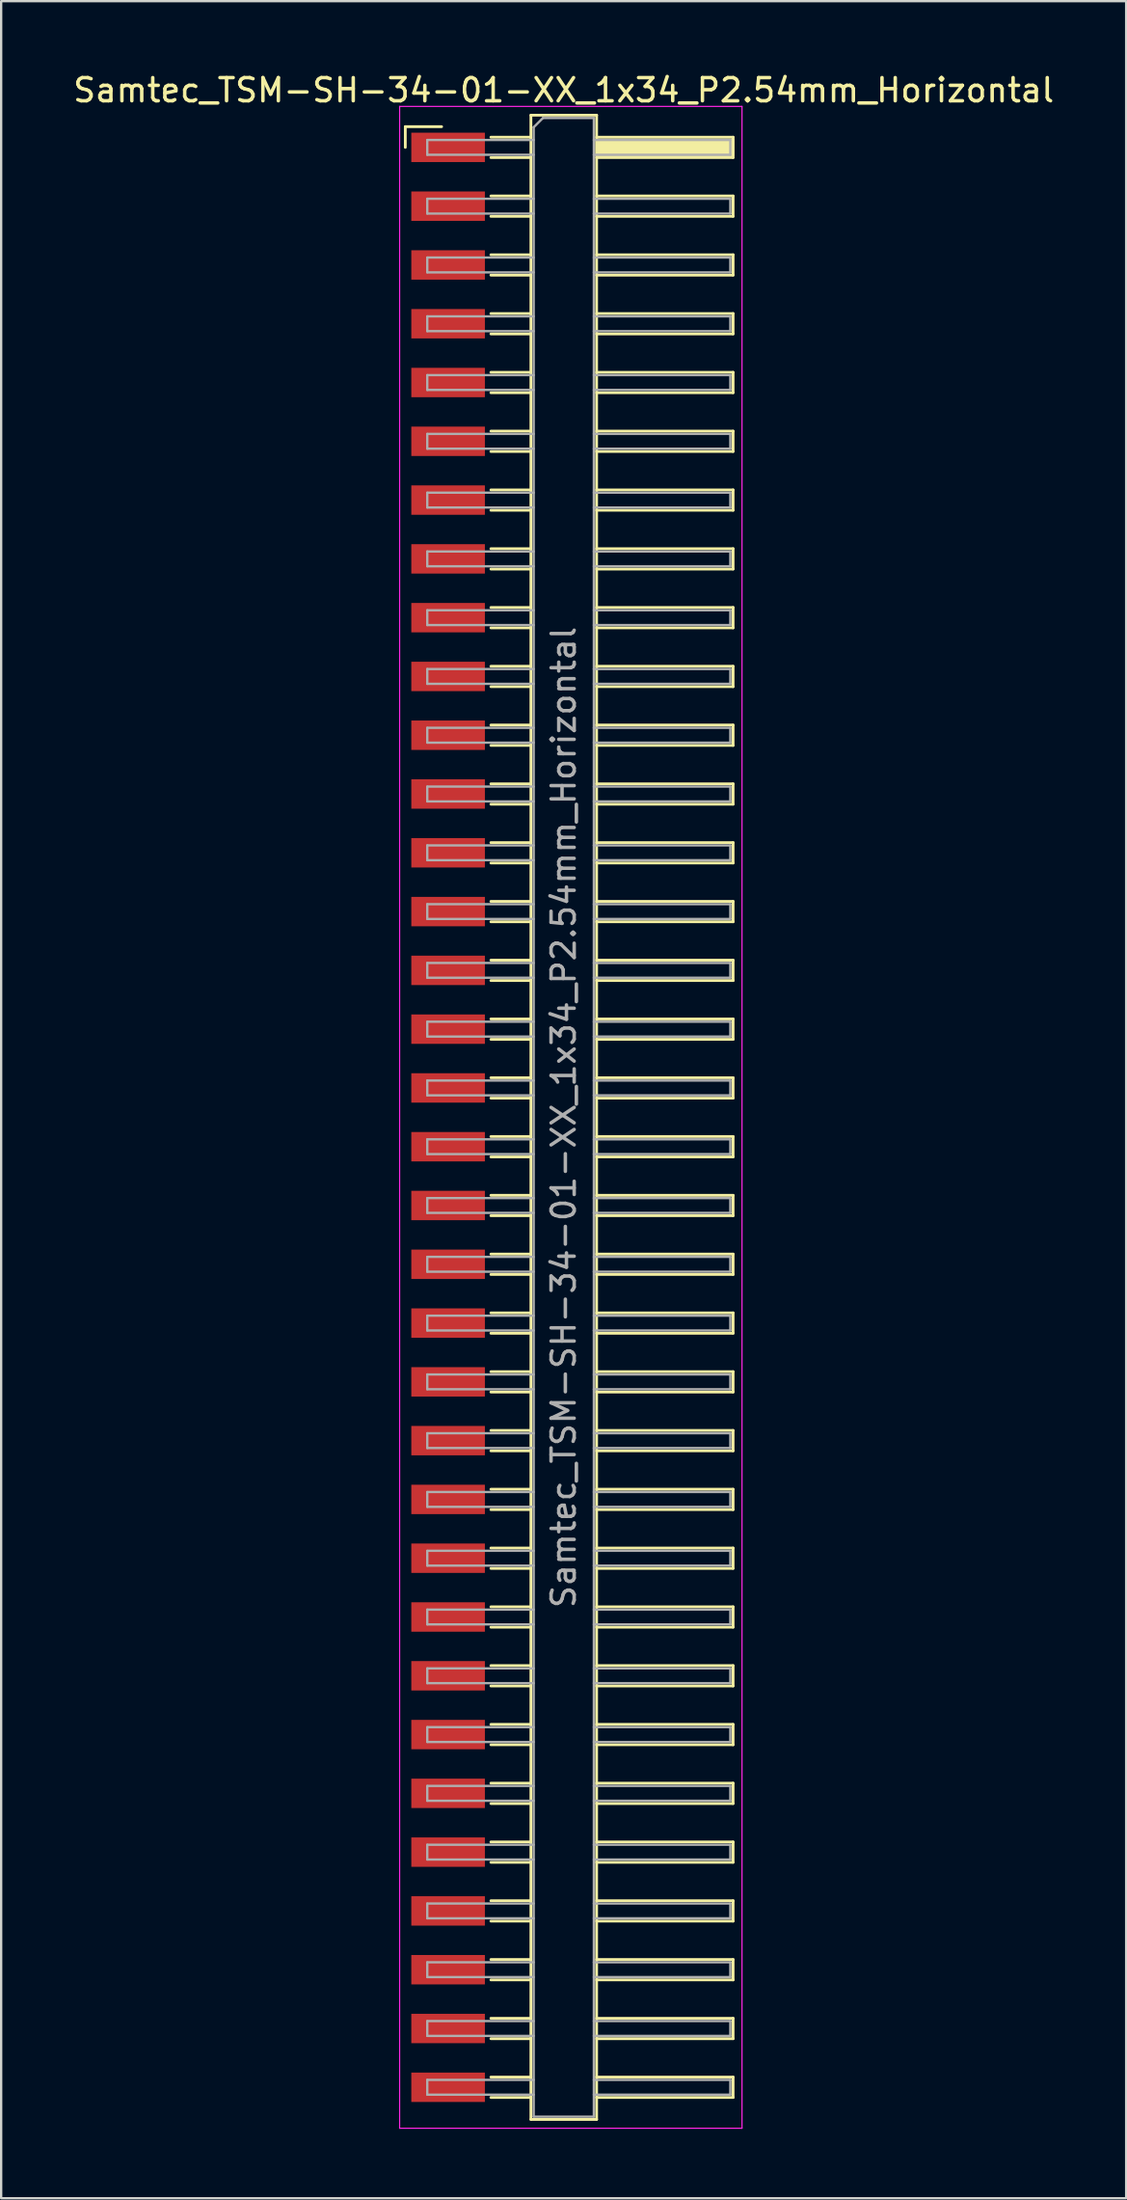
<source format=kicad_pcb>
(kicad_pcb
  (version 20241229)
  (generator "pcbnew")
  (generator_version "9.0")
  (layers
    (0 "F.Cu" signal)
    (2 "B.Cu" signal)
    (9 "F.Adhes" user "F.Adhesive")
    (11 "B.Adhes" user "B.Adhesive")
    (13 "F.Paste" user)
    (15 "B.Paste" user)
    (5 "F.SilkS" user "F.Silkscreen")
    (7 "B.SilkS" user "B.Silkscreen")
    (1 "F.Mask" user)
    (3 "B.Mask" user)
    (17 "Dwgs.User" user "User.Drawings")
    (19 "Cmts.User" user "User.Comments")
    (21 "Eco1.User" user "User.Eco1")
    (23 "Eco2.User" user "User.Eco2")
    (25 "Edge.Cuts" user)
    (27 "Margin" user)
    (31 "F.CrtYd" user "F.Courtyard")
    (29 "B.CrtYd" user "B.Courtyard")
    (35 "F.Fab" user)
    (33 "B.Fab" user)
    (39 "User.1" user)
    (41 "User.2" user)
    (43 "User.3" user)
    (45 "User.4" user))
  (footprint "Samtec_TSM-SH-34-01-XX_1x34_P2.54mm_Horizontal"
    (layer "F.Cu")
    (at 21.505 45.228)
    (property "Reference" "Samtec_TSM-SH-34-01-XX_1x34_P2.54mm_Horizontal" (at -0.19 -44.38 0) (layer "F.SilkS") (effects (font (size 1 1) (thickness 0.15))))
    (attr smd)
    (fp_line (start -7.035 -42.805) (end -5.465 -42.805) (stroke (width 0.12) (type solid)) (layer "F.SilkS"))
    (fp_line (start -7.035 -41.91) (end -7.035 -42.805) (stroke (width 0.12) (type solid)) (layer "F.SilkS"))
    (fp_line (start -3.335 -42.35) (end -1.605 -42.35) (stroke (width 0.12) (type solid)) (layer "F.SilkS"))
    (fp_line (start -3.335 -41.47) (end -1.605 -41.47) (stroke (width 0.12) (type solid)) (layer "F.SilkS"))
    (fp_line (start -3.335 -39.81) (end -1.605 -39.81) (stroke (width 0.12) (type solid)) (layer "F.SilkS"))
    (fp_line (start -3.335 -38.93) (end -1.605 -38.93) (stroke (width 0.12) (type solid)) (layer "F.SilkS"))
    (fp_line (start -3.335 -37.27) (end -1.605 -37.27) (stroke (width 0.12) (type solid)) (layer "F.SilkS"))
    (fp_line (start -3.335 -36.39) (end -1.605 -36.39) (stroke (width 0.12) (type solid)) (layer "F.SilkS"))
    (fp_line (start -3.335 -34.73) (end -1.605 -34.73) (stroke (width 0.12) (type solid)) (layer "F.SilkS"))
    (fp_line (start -3.335 -33.85) (end -1.605 -33.85) (stroke (width 0.12) (type solid)) (layer "F.SilkS"))
    (fp_line (start -3.335 -32.19) (end -1.605 -32.19) (stroke (width 0.12) (type solid)) (layer "F.SilkS"))
    (fp_line (start -3.335 -31.31) (end -1.605 -31.31) (stroke (width 0.12) (type solid)) (layer "F.SilkS"))
    (fp_line (start -3.335 -29.65) (end -1.605 -29.65) (stroke (width 0.12) (type solid)) (layer "F.SilkS"))
    (fp_line (start -3.335 -28.77) (end -1.605 -28.77) (stroke (width 0.12) (type solid)) (layer "F.SilkS"))
    (fp_line (start -3.335 -27.11) (end -1.605 -27.11) (stroke (width 0.12) (type solid)) (layer "F.SilkS"))
    (fp_line (start -3.335 -26.23) (end -1.605 -26.23) (stroke (width 0.12) (type solid)) (layer "F.SilkS"))
    (fp_line (start -3.335 -24.57) (end -1.605 -24.57) (stroke (width 0.12) (type solid)) (layer "F.SilkS"))
    (fp_line (start -3.335 -23.69) (end -1.605 -23.69) (stroke (width 0.12) (type solid)) (layer "F.SilkS"))
    (fp_line (start -3.335 -22.03) (end -1.605 -22.03) (stroke (width 0.12) (type solid)) (layer "F.SilkS"))
    (fp_line (start -3.335 -21.15) (end -1.605 -21.15) (stroke (width 0.12) (type solid)) (layer "F.SilkS"))
    (fp_line (start -3.335 -19.49) (end -1.605 -19.49) (stroke (width 0.12) (type solid)) (layer "F.SilkS"))
    (fp_line (start -3.335 -18.61) (end -1.605 -18.61) (stroke (width 0.12) (type solid)) (layer "F.SilkS"))
    (fp_line (start -3.335 -16.95) (end -1.605 -16.95) (stroke (width 0.12) (type solid)) (layer "F.SilkS"))
    (fp_line (start -3.335 -16.07) (end -1.605 -16.07) (stroke (width 0.12) (type solid)) (layer "F.SilkS"))
    (fp_line (start -3.335 -14.41) (end -1.605 -14.41) (stroke (width 0.12) (type solid)) (layer "F.SilkS"))
    (fp_line (start -3.335 -13.53) (end -1.605 -13.53) (stroke (width 0.12) (type solid)) (layer "F.SilkS"))
    (fp_line (start -3.335 -11.87) (end -1.605 -11.87) (stroke (width 0.12) (type solid)) (layer "F.SilkS"))
    (fp_line (start -3.335 -10.99) (end -1.605 -10.99) (stroke (width 0.12) (type solid)) (layer "F.SilkS"))
    (fp_line (start -3.335 -9.33) (end -1.605 -9.33) (stroke (width 0.12) (type solid)) (layer "F.SilkS"))
    (fp_line (start -3.335 -8.45) (end -1.605 -8.45) (stroke (width 0.12) (type solid)) (layer "F.SilkS"))
    (fp_line (start -3.335 -6.79) (end -1.605 -6.79) (stroke (width 0.12) (type solid)) (layer "F.SilkS"))
    (fp_line (start -3.335 -5.91) (end -1.605 -5.91) (stroke (width 0.12) (type solid)) (layer "F.SilkS"))
    (fp_line (start -3.335 -4.25) (end -1.605 -4.25) (stroke (width 0.12) (type solid)) (layer "F.SilkS"))
    (fp_line (start -3.335 -3.37) (end -1.605 -3.37) (stroke (width 0.12) (type solid)) (layer "F.SilkS"))
    (fp_line (start -3.335 -1.71) (end -1.605 -1.71) (stroke (width 0.12) (type solid)) (layer "F.SilkS"))
    (fp_line (start -3.335 -0.83) (end -1.605 -0.83) (stroke (width 0.12) (type solid)) (layer "F.SilkS"))
    (fp_line (start -3.335 0.83) (end -1.605 0.83) (stroke (width 0.12) (type solid)) (layer "F.SilkS"))
    (fp_line (start -3.335 1.71) (end -1.605 1.71) (stroke (width 0.12) (type solid)) (layer "F.SilkS"))
    (fp_line (start -3.335 3.37) (end -1.605 3.37) (stroke (width 0.12) (type solid)) (layer "F.SilkS"))
    (fp_line (start -3.335 4.25) (end -1.605 4.25) (stroke (width 0.12) (type solid)) (layer "F.SilkS"))
    (fp_line (start -3.335 5.91) (end -1.605 5.91) (stroke (width 0.12) (type solid)) (layer "F.SilkS"))
    (fp_line (start -3.335 6.79) (end -1.605 6.79) (stroke (width 0.12) (type solid)) (layer "F.SilkS"))
    (fp_line (start -3.335 8.45) (end -1.605 8.45) (stroke (width 0.12) (type solid)) (layer "F.SilkS"))
    (fp_line (start -3.335 9.33) (end -1.605 9.33) (stroke (width 0.12) (type solid)) (layer "F.SilkS"))
    (fp_line (start -3.335 10.99) (end -1.605 10.99) (stroke (width 0.12) (type solid)) (layer "F.SilkS"))
    (fp_line (start -3.335 11.87) (end -1.605 11.87) (stroke (width 0.12) (type solid)) (layer "F.SilkS"))
    (fp_line (start -3.335 13.53) (end -1.605 13.53) (stroke (width 0.12) (type solid)) (layer "F.SilkS"))
    (fp_line (start -3.335 14.41) (end -1.605 14.41) (stroke (width 0.12) (type solid)) (layer "F.SilkS"))
    (fp_line (start -3.335 16.07) (end -1.605 16.07) (stroke (width 0.12) (type solid)) (layer "F.SilkS"))
    (fp_line (start -3.335 16.95) (end -1.605 16.95) (stroke (width 0.12) (type solid)) (layer "F.SilkS"))
    (fp_line (start -3.335 18.61) (end -1.605 18.61) (stroke (width 0.12) (type solid)) (layer "F.SilkS"))
    (fp_line (start -3.335 19.49) (end -1.605 19.49) (stroke (width 0.12) (type solid)) (layer "F.SilkS"))
    (fp_line (start -3.335 21.15) (end -1.605 21.15) (stroke (width 0.12) (type solid)) (layer "F.SilkS"))
    (fp_line (start -3.335 22.03) (end -1.605 22.03) (stroke (width 0.12) (type solid)) (layer "F.SilkS"))
    (fp_line (start -3.335 23.69) (end -1.605 23.69) (stroke (width 0.12) (type solid)) (layer "F.SilkS"))
    (fp_line (start -3.335 24.57) (end -1.605 24.57) (stroke (width 0.12) (type solid)) (layer "F.SilkS"))
    (fp_line (start -3.335 26.23) (end -1.605 26.23) (stroke (width 0.12) (type solid)) (layer "F.SilkS"))
    (fp_line (start -3.335 27.11) (end -1.605 27.11) (stroke (width 0.12) (type solid)) (layer "F.SilkS"))
    (fp_line (start -3.335 28.77) (end -1.605 28.77) (stroke (width 0.12) (type solid)) (layer "F.SilkS"))
    (fp_line (start -3.335 29.65) (end -1.605 29.65) (stroke (width 0.12) (type solid)) (layer "F.SilkS"))
    (fp_line (start -3.335 31.31) (end -1.605 31.31) (stroke (width 0.12) (type solid)) (layer "F.SilkS"))
    (fp_line (start -3.335 32.19) (end -1.605 32.19) (stroke (width 0.12) (type solid)) (layer "F.SilkS"))
    (fp_line (start -3.335 33.85) (end -1.605 33.85) (stroke (width 0.12) (type solid)) (layer "F.SilkS"))
    (fp_line (start -3.335 34.73) (end -1.605 34.73) (stroke (width 0.12) (type solid)) (layer "F.SilkS"))
    (fp_line (start -3.335 36.39) (end -1.605 36.39) (stroke (width 0.12) (type solid)) (layer "F.SilkS"))
    (fp_line (start -3.335 37.27) (end -1.605 37.27) (stroke (width 0.12) (type solid)) (layer "F.SilkS"))
    (fp_line (start -3.335 38.93) (end -1.605 38.93) (stroke (width 0.12) (type solid)) (layer "F.SilkS"))
    (fp_line (start -3.335 39.81) (end -1.605 39.81) (stroke (width 0.12) (type solid)) (layer "F.SilkS"))
    (fp_line (start -3.335 41.47) (end -1.605 41.47) (stroke (width 0.12) (type solid)) (layer "F.SilkS"))
    (fp_line (start -3.335 42.35) (end -1.605 42.35) (stroke (width 0.12) (type solid)) (layer "F.SilkS"))
    (fp_line (start -1.605 -43.3) (end 1.235 -43.3) (stroke (width 0.12) (type solid)) (layer "F.SilkS"))
    (fp_line (start -1.605 43.3) (end -1.605 -43.3) (stroke (width 0.12) (type solid)) (layer "F.SilkS"))
    (fp_line (start 1.235 -43.3) (end 1.235 43.3) (stroke (width 0.12) (type solid)) (layer "F.SilkS"))
    (fp_line (start 1.235 -42.35) (end 7.135 -42.35) (stroke (width 0.12) (type solid)) (layer "F.SilkS"))
    (fp_line (start 1.235 -39.81) (end 7.135 -39.81) (stroke (width 0.12) (type solid)) (layer "F.SilkS"))
    (fp_line (start 1.235 -37.27) (end 7.135 -37.27) (stroke (width 0.12) (type solid)) (layer "F.SilkS"))
    (fp_line (start 1.235 -34.73) (end 7.135 -34.73) (stroke (width 0.12) (type solid)) (layer "F.SilkS"))
    (fp_line (start 1.235 -32.19) (end 7.135 -32.19) (stroke (width 0.12) (type solid)) (layer "F.SilkS"))
    (fp_line (start 1.235 -29.65) (end 7.135 -29.65) (stroke (width 0.12) (type solid)) (layer "F.SilkS"))
    (fp_line (start 1.235 -27.11) (end 7.135 -27.11) (stroke (width 0.12) (type solid)) (layer "F.SilkS"))
    (fp_line (start 1.235 -24.57) (end 7.135 -24.57) (stroke (width 0.12) (type solid)) (layer "F.SilkS"))
    (fp_line (start 1.235 -22.03) (end 7.135 -22.03) (stroke (width 0.12) (type solid)) (layer "F.SilkS"))
    (fp_line (start 1.235 -19.49) (end 7.135 -19.49) (stroke (width 0.12) (type solid)) (layer "F.SilkS"))
    (fp_line (start 1.235 -16.95) (end 7.135 -16.95) (stroke (width 0.12) (type solid)) (layer "F.SilkS"))
    (fp_line (start 1.235 -14.41) (end 7.135 -14.41) (stroke (width 0.12) (type solid)) (layer "F.SilkS"))
    (fp_line (start 1.235 -11.87) (end 7.135 -11.87) (stroke (width 0.12) (type solid)) (layer "F.SilkS"))
    (fp_line (start 1.235 -9.33) (end 7.135 -9.33) (stroke (width 0.12) (type solid)) (layer "F.SilkS"))
    (fp_line (start 1.235 -6.79) (end 7.135 -6.79) (stroke (width 0.12) (type solid)) (layer "F.SilkS"))
    (fp_line (start 1.235 -4.25) (end 7.135 -4.25) (stroke (width 0.12) (type solid)) (layer "F.SilkS"))
    (fp_line (start 1.235 -1.71) (end 7.135 -1.71) (stroke (width 0.12) (type solid)) (layer "F.SilkS"))
    (fp_line (start 1.235 0.83) (end 7.135 0.83) (stroke (width 0.12) (type solid)) (layer "F.SilkS"))
    (fp_line (start 1.235 3.37) (end 7.135 3.37) (stroke (width 0.12) (type solid)) (layer "F.SilkS"))
    (fp_line (start 1.235 5.91) (end 7.135 5.91) (stroke (width 0.12) (type solid)) (layer "F.SilkS"))
    (fp_line (start 1.235 8.45) (end 7.135 8.45) (stroke (width 0.12) (type solid)) (layer "F.SilkS"))
    (fp_line (start 1.235 10.99) (end 7.135 10.99) (stroke (width 0.12) (type solid)) (layer "F.SilkS"))
    (fp_line (start 1.235 13.53) (end 7.135 13.53) (stroke (width 0.12) (type solid)) (layer "F.SilkS"))
    (fp_line (start 1.235 16.07) (end 7.135 16.07) (stroke (width 0.12) (type solid)) (layer "F.SilkS"))
    (fp_line (start 1.235 18.61) (end 7.135 18.61) (stroke (width 0.12) (type solid)) (layer "F.SilkS"))
    (fp_line (start 1.235 21.15) (end 7.135 21.15) (stroke (width 0.12) (type solid)) (layer "F.SilkS"))
    (fp_line (start 1.235 23.69) (end 7.135 23.69) (stroke (width 0.12) (type solid)) (layer "F.SilkS"))
    (fp_line (start 1.235 26.23) (end 7.135 26.23) (stroke (width 0.12) (type solid)) (layer "F.SilkS"))
    (fp_line (start 1.235 28.77) (end 7.135 28.77) (stroke (width 0.12) (type solid)) (layer "F.SilkS"))
    (fp_line (start 1.235 31.31) (end 7.135 31.31) (stroke (width 0.12) (type solid)) (layer "F.SilkS"))
    (fp_line (start 1.235 33.85) (end 7.135 33.85) (stroke (width 0.12) (type solid)) (layer "F.SilkS"))
    (fp_line (start 1.235 36.39) (end 7.135 36.39) (stroke (width 0.12) (type solid)) (layer "F.SilkS"))
    (fp_line (start 1.235 38.93) (end 7.135 38.93) (stroke (width 0.12) (type solid)) (layer "F.SilkS"))
    (fp_line (start 1.235 41.47) (end 7.135 41.47) (stroke (width 0.12) (type solid)) (layer "F.SilkS"))
    (fp_line (start 1.235 43.3) (end -1.605 43.3) (stroke (width 0.12) (type solid)) (layer "F.SilkS"))
    (fp_line (start 7.135 -42.35) (end 7.135 -41.47) (stroke (width 0.12) (type solid)) (layer "F.SilkS"))
    (fp_line (start 7.135 -41.47) (end 1.235 -41.47) (stroke (width 0.12) (type solid)) (layer "F.SilkS"))
    (fp_line (start 7.135 -39.81) (end 7.135 -38.93) (stroke (width 0.12) (type solid)) (layer "F.SilkS"))
    (fp_line (start 7.135 -38.93) (end 1.235 -38.93) (stroke (width 0.12) (type solid)) (layer "F.SilkS"))
    (fp_line (start 7.135 -37.27) (end 7.135 -36.39) (stroke (width 0.12) (type solid)) (layer "F.SilkS"))
    (fp_line (start 7.135 -36.39) (end 1.235 -36.39) (stroke (width 0.12) (type solid)) (layer "F.SilkS"))
    (fp_line (start 7.135 -34.73) (end 7.135 -33.85) (stroke (width 0.12) (type solid)) (layer "F.SilkS"))
    (fp_line (start 7.135 -33.85) (end 1.235 -33.85) (stroke (width 0.12) (type solid)) (layer "F.SilkS"))
    (fp_line (start 7.135 -32.19) (end 7.135 -31.31) (stroke (width 0.12) (type solid)) (layer "F.SilkS"))
    (fp_line (start 7.135 -31.31) (end 1.235 -31.31) (stroke (width 0.12) (type solid)) (layer "F.SilkS"))
    (fp_line (start 7.135 -29.65) (end 7.135 -28.77) (stroke (width 0.12) (type solid)) (layer "F.SilkS"))
    (fp_line (start 7.135 -28.77) (end 1.235 -28.77) (stroke (width 0.12) (type solid)) (layer "F.SilkS"))
    (fp_line (start 7.135 -27.11) (end 7.135 -26.23) (stroke (width 0.12) (type solid)) (layer "F.SilkS"))
    (fp_line (start 7.135 -26.23) (end 1.235 -26.23) (stroke (width 0.12) (type solid)) (layer "F.SilkS"))
    (fp_line (start 7.135 -24.57) (end 7.135 -23.69) (stroke (width 0.12) (type solid)) (layer "F.SilkS"))
    (fp_line (start 7.135 -23.69) (end 1.235 -23.69) (stroke (width 0.12) (type solid)) (layer "F.SilkS"))
    (fp_line (start 7.135 -22.03) (end 7.135 -21.15) (stroke (width 0.12) (type solid)) (layer "F.SilkS"))
    (fp_line (start 7.135 -21.15) (end 1.235 -21.15) (stroke (width 0.12) (type solid)) (layer "F.SilkS"))
    (fp_line (start 7.135 -19.49) (end 7.135 -18.61) (stroke (width 0.12) (type solid)) (layer "F.SilkS"))
    (fp_line (start 7.135 -18.61) (end 1.235 -18.61) (stroke (width 0.12) (type solid)) (layer "F.SilkS"))
    (fp_line (start 7.135 -16.95) (end 7.135 -16.07) (stroke (width 0.12) (type solid)) (layer "F.SilkS"))
    (fp_line (start 7.135 -16.07) (end 1.235 -16.07) (stroke (width 0.12) (type solid)) (layer "F.SilkS"))
    (fp_line (start 7.135 -14.41) (end 7.135 -13.53) (stroke (width 0.12) (type solid)) (layer "F.SilkS"))
    (fp_line (start 7.135 -13.53) (end 1.235 -13.53) (stroke (width 0.12) (type solid)) (layer "F.SilkS"))
    (fp_line (start 7.135 -11.87) (end 7.135 -10.99) (stroke (width 0.12) (type solid)) (layer "F.SilkS"))
    (fp_line (start 7.135 -10.99) (end 1.235 -10.99) (stroke (width 0.12) (type solid)) (layer "F.SilkS"))
    (fp_line (start 7.135 -9.33) (end 7.135 -8.45) (stroke (width 0.12) (type solid)) (layer "F.SilkS"))
    (fp_line (start 7.135 -8.45) (end 1.235 -8.45) (stroke (width 0.12) (type solid)) (layer "F.SilkS"))
    (fp_line (start 7.135 -6.79) (end 7.135 -5.91) (stroke (width 0.12) (type solid)) (layer "F.SilkS"))
    (fp_line (start 7.135 -5.91) (end 1.235 -5.91) (stroke (width 0.12) (type solid)) (layer "F.SilkS"))
    (fp_line (start 7.135 -4.25) (end 7.135 -3.37) (stroke (width 0.12) (type solid)) (layer "F.SilkS"))
    (fp_line (start 7.135 -3.37) (end 1.235 -3.37) (stroke (width 0.12) (type solid)) (layer "F.SilkS"))
    (fp_line (start 7.135 -1.71) (end 7.135 -0.83) (stroke (width 0.12) (type solid)) (layer "F.SilkS"))
    (fp_line (start 7.135 -0.83) (end 1.235 -0.83) (stroke (width 0.12) (type solid)) (layer "F.SilkS"))
    (fp_line (start 7.135 0.83) (end 7.135 1.71) (stroke (width 0.12) (type solid)) (layer "F.SilkS"))
    (fp_line (start 7.135 1.71) (end 1.235 1.71) (stroke (width 0.12) (type solid)) (layer "F.SilkS"))
    (fp_line (start 7.135 3.37) (end 7.135 4.25) (stroke (width 0.12) (type solid)) (layer "F.SilkS"))
    (fp_line (start 7.135 4.25) (end 1.235 4.25) (stroke (width 0.12) (type solid)) (layer "F.SilkS"))
    (fp_line (start 7.135 5.91) (end 7.135 6.79) (stroke (width 0.12) (type solid)) (layer "F.SilkS"))
    (fp_line (start 7.135 6.79) (end 1.235 6.79) (stroke (width 0.12) (type solid)) (layer "F.SilkS"))
    (fp_line (start 7.135 8.45) (end 7.135 9.33) (stroke (width 0.12) (type solid)) (layer "F.SilkS"))
    (fp_line (start 7.135 9.33) (end 1.235 9.33) (stroke (width 0.12) (type solid)) (layer "F.SilkS"))
    (fp_line (start 7.135 10.99) (end 7.135 11.87) (stroke (width 0.12) (type solid)) (layer "F.SilkS"))
    (fp_line (start 7.135 11.87) (end 1.235 11.87) (stroke (width 0.12) (type solid)) (layer "F.SilkS"))
    (fp_line (start 7.135 13.53) (end 7.135 14.41) (stroke (width 0.12) (type solid)) (layer "F.SilkS"))
    (fp_line (start 7.135 14.41) (end 1.235 14.41) (stroke (width 0.12) (type solid)) (layer "F.SilkS"))
    (fp_line (start 7.135 16.07) (end 7.135 16.95) (stroke (width 0.12) (type solid)) (layer "F.SilkS"))
    (fp_line (start 7.135 16.95) (end 1.235 16.95) (stroke (width 0.12) (type solid)) (layer "F.SilkS"))
    (fp_line (start 7.135 18.61) (end 7.135 19.49) (stroke (width 0.12) (type solid)) (layer "F.SilkS"))
    (fp_line (start 7.135 19.49) (end 1.235 19.49) (stroke (width 0.12) (type solid)) (layer "F.SilkS"))
    (fp_line (start 7.135 21.15) (end 7.135 22.03) (stroke (width 0.12) (type solid)) (layer "F.SilkS"))
    (fp_line (start 7.135 22.03) (end 1.235 22.03) (stroke (width 0.12) (type solid)) (layer "F.SilkS"))
    (fp_line (start 7.135 23.69) (end 7.135 24.57) (stroke (width 0.12) (type solid)) (layer "F.SilkS"))
    (fp_line (start 7.135 24.57) (end 1.235 24.57) (stroke (width 0.12) (type solid)) (layer "F.SilkS"))
    (fp_line (start 7.135 26.23) (end 7.135 27.11) (stroke (width 0.12) (type solid)) (layer "F.SilkS"))
    (fp_line (start 7.135 27.11) (end 1.235 27.11) (stroke (width 0.12) (type solid)) (layer "F.SilkS"))
    (fp_line (start 7.135 28.77) (end 7.135 29.65) (stroke (width 0.12) (type solid)) (layer "F.SilkS"))
    (fp_line (start 7.135 29.65) (end 1.235 29.65) (stroke (width 0.12) (type solid)) (layer "F.SilkS"))
    (fp_line (start 7.135 31.31) (end 7.135 32.19) (stroke (width 0.12) (type solid)) (layer "F.SilkS"))
    (fp_line (start 7.135 32.19) (end 1.235 32.19) (stroke (width 0.12) (type solid)) (layer "F.SilkS"))
    (fp_line (start 7.135 33.85) (end 7.135 34.73) (stroke (width 0.12) (type solid)) (layer "F.SilkS"))
    (fp_line (start 7.135 34.73) (end 1.235 34.73) (stroke (width 0.12) (type solid)) (layer "F.SilkS"))
    (fp_line (start 7.135 36.39) (end 7.135 37.27) (stroke (width 0.12) (type solid)) (layer "F.SilkS"))
    (fp_line (start 7.135 37.27) (end 1.235 37.27) (stroke (width 0.12) (type solid)) (layer "F.SilkS"))
    (fp_line (start 7.135 38.93) (end 7.135 39.81) (stroke (width 0.12) (type solid)) (layer "F.SilkS"))
    (fp_line (start 7.135 39.81) (end 1.235 39.81) (stroke (width 0.12) (type solid)) (layer "F.SilkS"))
    (fp_line (start 7.135 41.47) (end 7.135 42.35) (stroke (width 0.12) (type solid)) (layer "F.SilkS"))
    (fp_line (start 7.135 42.35) (end 1.235 42.35) (stroke (width 0.12) (type solid)) (layer "F.SilkS"))
    (fp_line (start -7.28 -43.68) (end 7.52 -43.68) (stroke (width 0.05) (type solid)) (layer "F.CrtYd"))
    (fp_line (start -7.28 43.68) (end -7.28 -43.68) (stroke (width 0.05) (type solid)) (layer "F.CrtYd"))
    (fp_line (start 7.52 -43.68) (end 7.52 43.68) (stroke (width 0.05) (type solid)) (layer "F.CrtYd"))
    (fp_line (start 7.52 43.68) (end -7.28 43.68) (stroke (width 0.05) (type solid)) (layer "F.CrtYd"))
    (fp_line (start -6.085 -42.23) (end -6.085 -41.59) (stroke (width 0.1) (type solid)) (layer "F.Fab"))
    (fp_line (start -6.085 -41.59) (end -1.485 -41.59) (stroke (width 0.1) (type solid)) (layer "F.Fab"))
    (fp_line (start -6.085 -39.69) (end -6.085 -39.05) (stroke (width 0.1) (type solid)) (layer "F.Fab"))
    (fp_line (start -6.085 -39.05) (end -1.485 -39.05) (stroke (width 0.1) (type solid)) (layer "F.Fab"))
    (fp_line (start -6.085 -37.15) (end -6.085 -36.51) (stroke (width 0.1) (type solid)) (layer "F.Fab"))
    (fp_line (start -6.085 -36.51) (end -1.485 -36.51) (stroke (width 0.1) (type solid)) (layer "F.Fab"))
    (fp_line (start -6.085 -34.61) (end -6.085 -33.97) (stroke (width 0.1) (type solid)) (layer "F.Fab"))
    (fp_line (start -6.085 -33.97) (end -1.485 -33.97) (stroke (width 0.1) (type solid)) (layer "F.Fab"))
    (fp_line (start -6.085 -32.07) (end -6.085 -31.43) (stroke (width 0.1) (type solid)) (layer "F.Fab"))
    (fp_line (start -6.085 -31.43) (end -1.485 -31.43) (stroke (width 0.1) (type solid)) (layer "F.Fab"))
    (fp_line (start -6.085 -29.53) (end -6.085 -28.89) (stroke (width 0.1) (type solid)) (layer "F.Fab"))
    (fp_line (start -6.085 -28.89) (end -1.485 -28.89) (stroke (width 0.1) (type solid)) (layer "F.Fab"))
    (fp_line (start -6.085 -26.99) (end -6.085 -26.35) (stroke (width 0.1) (type solid)) (layer "F.Fab"))
    (fp_line (start -6.085 -26.35) (end -1.485 -26.35) (stroke (width 0.1) (type solid)) (layer "F.Fab"))
    (fp_line (start -6.085 -24.45) (end -6.085 -23.81) (stroke (width 0.1) (type solid)) (layer "F.Fab"))
    (fp_line (start -6.085 -23.81) (end -1.485 -23.81) (stroke (width 0.1) (type solid)) (layer "F.Fab"))
    (fp_line (start -6.085 -21.91) (end -6.085 -21.27) (stroke (width 0.1) (type solid)) (layer "F.Fab"))
    (fp_line (start -6.085 -21.27) (end -1.485 -21.27) (stroke (width 0.1) (type solid)) (layer "F.Fab"))
    (fp_line (start -6.085 -19.37) (end -6.085 -18.73) (stroke (width 0.1) (type solid)) (layer "F.Fab"))
    (fp_line (start -6.085 -18.73) (end -1.485 -18.73) (stroke (width 0.1) (type solid)) (layer "F.Fab"))
    (fp_line (start -6.085 -16.83) (end -6.085 -16.19) (stroke (width 0.1) (type solid)) (layer "F.Fab"))
    (fp_line (start -6.085 -16.19) (end -1.485 -16.19) (stroke (width 0.1) (type solid)) (layer "F.Fab"))
    (fp_line (start -6.085 -14.29) (end -6.085 -13.65) (stroke (width 0.1) (type solid)) (layer "F.Fab"))
    (fp_line (start -6.085 -13.65) (end -1.485 -13.65) (stroke (width 0.1) (type solid)) (layer "F.Fab"))
    (fp_line (start -6.085 -11.75) (end -6.085 -11.11) (stroke (width 0.1) (type solid)) (layer "F.Fab"))
    (fp_line (start -6.085 -11.11) (end -1.485 -11.11) (stroke (width 0.1) (type solid)) (layer "F.Fab"))
    (fp_line (start -6.085 -9.21) (end -6.085 -8.57) (stroke (width 0.1) (type solid)) (layer "F.Fab"))
    (fp_line (start -6.085 -8.57) (end -1.485 -8.57) (stroke (width 0.1) (type solid)) (layer "F.Fab"))
    (fp_line (start -6.085 -6.67) (end -6.085 -6.03) (stroke (width 0.1) (type solid)) (layer "F.Fab"))
    (fp_line (start -6.085 -6.03) (end -1.485 -6.03) (stroke (width 0.1) (type solid)) (layer "F.Fab"))
    (fp_line (start -6.085 -4.13) (end -6.085 -3.49) (stroke (width 0.1) (type solid)) (layer "F.Fab"))
    (fp_line (start -6.085 -3.49) (end -1.485 -3.49) (stroke (width 0.1) (type solid)) (layer "F.Fab"))
    (fp_line (start -6.085 -1.59) (end -6.085 -0.95) (stroke (width 0.1) (type solid)) (layer "F.Fab"))
    (fp_line (start -6.085 -0.95) (end -1.485 -0.95) (stroke (width 0.1) (type solid)) (layer "F.Fab"))
    (fp_line (start -6.085 0.95) (end -6.085 1.59) (stroke (width 0.1) (type solid)) (layer "F.Fab"))
    (fp_line (start -6.085 1.59) (end -1.485 1.59) (stroke (width 0.1) (type solid)) (layer "F.Fab"))
    (fp_line (start -6.085 3.49) (end -6.085 4.13) (stroke (width 0.1) (type solid)) (layer "F.Fab"))
    (fp_line (start -6.085 4.13) (end -1.485 4.13) (stroke (width 0.1) (type solid)) (layer "F.Fab"))
    (fp_line (start -6.085 6.03) (end -6.085 6.67) (stroke (width 0.1) (type solid)) (layer "F.Fab"))
    (fp_line (start -6.085 6.67) (end -1.485 6.67) (stroke (width 0.1) (type solid)) (layer "F.Fab"))
    (fp_line (start -6.085 8.57) (end -6.085 9.21) (stroke (width 0.1) (type solid)) (layer "F.Fab"))
    (fp_line (start -6.085 9.21) (end -1.485 9.21) (stroke (width 0.1) (type solid)) (layer "F.Fab"))
    (fp_line (start -6.085 11.11) (end -6.085 11.75) (stroke (width 0.1) (type solid)) (layer "F.Fab"))
    (fp_line (start -6.085 11.75) (end -1.485 11.75) (stroke (width 0.1) (type solid)) (layer "F.Fab"))
    (fp_line (start -6.085 13.65) (end -6.085 14.29) (stroke (width 0.1) (type solid)) (layer "F.Fab"))
    (fp_line (start -6.085 14.29) (end -1.485 14.29) (stroke (width 0.1) (type solid)) (layer "F.Fab"))
    (fp_line (start -6.085 16.19) (end -6.085 16.83) (stroke (width 0.1) (type solid)) (layer "F.Fab"))
    (fp_line (start -6.085 16.83) (end -1.485 16.83) (stroke (width 0.1) (type solid)) (layer "F.Fab"))
    (fp_line (start -6.085 18.73) (end -6.085 19.37) (stroke (width 0.1) (type solid)) (layer "F.Fab"))
    (fp_line (start -6.085 19.37) (end -1.485 19.37) (stroke (width 0.1) (type solid)) (layer "F.Fab"))
    (fp_line (start -6.085 21.27) (end -6.085 21.91) (stroke (width 0.1) (type solid)) (layer "F.Fab"))
    (fp_line (start -6.085 21.91) (end -1.485 21.91) (stroke (width 0.1) (type solid)) (layer "F.Fab"))
    (fp_line (start -6.085 23.81) (end -6.085 24.45) (stroke (width 0.1) (type solid)) (layer "F.Fab"))
    (fp_line (start -6.085 24.45) (end -1.485 24.45) (stroke (width 0.1) (type solid)) (layer "F.Fab"))
    (fp_line (start -6.085 26.35) (end -6.085 26.99) (stroke (width 0.1) (type solid)) (layer "F.Fab"))
    (fp_line (start -6.085 26.99) (end -1.485 26.99) (stroke (width 0.1) (type solid)) (layer "F.Fab"))
    (fp_line (start -6.085 28.89) (end -6.085 29.53) (stroke (width 0.1) (type solid)) (layer "F.Fab"))
    (fp_line (start -6.085 29.53) (end -1.485 29.53) (stroke (width 0.1) (type solid)) (layer "F.Fab"))
    (fp_line (start -6.085 31.43) (end -6.085 32.07) (stroke (width 0.1) (type solid)) (layer "F.Fab"))
    (fp_line (start -6.085 32.07) (end -1.485 32.07) (stroke (width 0.1) (type solid)) (layer "F.Fab"))
    (fp_line (start -6.085 33.97) (end -6.085 34.61) (stroke (width 0.1) (type solid)) (layer "F.Fab"))
    (fp_line (start -6.085 34.61) (end -1.485 34.61) (stroke (width 0.1) (type solid)) (layer "F.Fab"))
    (fp_line (start -6.085 36.51) (end -6.085 37.15) (stroke (width 0.1) (type solid)) (layer "F.Fab"))
    (fp_line (start -6.085 37.15) (end -1.485 37.15) (stroke (width 0.1) (type solid)) (layer "F.Fab"))
    (fp_line (start -6.085 39.05) (end -6.085 39.69) (stroke (width 0.1) (type solid)) (layer "F.Fab"))
    (fp_line (start -6.085 39.69) (end -1.485 39.69) (stroke (width 0.1) (type solid)) (layer "F.Fab"))
    (fp_line (start -6.085 41.59) (end -6.085 42.23) (stroke (width 0.1) (type solid)) (layer "F.Fab"))
    (fp_line (start -6.085 42.23) (end -1.485 42.23) (stroke (width 0.1) (type solid)) (layer "F.Fab"))
    (fp_line (start -1.485 -42.78) (end -1.085 -43.18) (stroke (width 0.1) (type solid)) (layer "F.Fab"))
    (fp_line (start -1.485 -42.23) (end -6.085 -42.23) (stroke (width 0.1) (type solid)) (layer "F.Fab"))
    (fp_line (start -1.485 -39.69) (end -6.085 -39.69) (stroke (width 0.1) (type solid)) (layer "F.Fab"))
    (fp_line (start -1.485 -37.15) (end -6.085 -37.15) (stroke (width 0.1) (type solid)) (layer "F.Fab"))
    (fp_line (start -1.485 -34.61) (end -6.085 -34.61) (stroke (width 0.1) (type solid)) (layer "F.Fab"))
    (fp_line (start -1.485 -32.07) (end -6.085 -32.07) (stroke (width 0.1) (type solid)) (layer "F.Fab"))
    (fp_line (start -1.485 -29.53) (end -6.085 -29.53) (stroke (width 0.1) (type solid)) (layer "F.Fab"))
    (fp_line (start -1.485 -26.99) (end -6.085 -26.99) (stroke (width 0.1) (type solid)) (layer "F.Fab"))
    (fp_line (start -1.485 -24.45) (end -6.085 -24.45) (stroke (width 0.1) (type solid)) (layer "F.Fab"))
    (fp_line (start -1.485 -21.91) (end -6.085 -21.91) (stroke (width 0.1) (type solid)) (layer "F.Fab"))
    (fp_line (start -1.485 -19.37) (end -6.085 -19.37) (stroke (width 0.1) (type solid)) (layer "F.Fab"))
    (fp_line (start -1.485 -16.83) (end -6.085 -16.83) (stroke (width 0.1) (type solid)) (layer "F.Fab"))
    (fp_line (start -1.485 -14.29) (end -6.085 -14.29) (stroke (width 0.1) (type solid)) (layer "F.Fab"))
    (fp_line (start -1.485 -11.75) (end -6.085 -11.75) (stroke (width 0.1) (type solid)) (layer "F.Fab"))
    (fp_line (start -1.485 -9.21) (end -6.085 -9.21) (stroke (width 0.1) (type solid)) (layer "F.Fab"))
    (fp_line (start -1.485 -6.67) (end -6.085 -6.67) (stroke (width 0.1) (type solid)) (layer "F.Fab"))
    (fp_line (start -1.485 -4.13) (end -6.085 -4.13) (stroke (width 0.1) (type solid)) (layer "F.Fab"))
    (fp_line (start -1.485 -1.59) (end -6.085 -1.59) (stroke (width 0.1) (type solid)) (layer "F.Fab"))
    (fp_line (start -1.485 0.95) (end -6.085 0.95) (stroke (width 0.1) (type solid)) (layer "F.Fab"))
    (fp_line (start -1.485 3.49) (end -6.085 3.49) (stroke (width 0.1) (type solid)) (layer "F.Fab"))
    (fp_line (start -1.485 6.03) (end -6.085 6.03) (stroke (width 0.1) (type solid)) (layer "F.Fab"))
    (fp_line (start -1.485 8.57) (end -6.085 8.57) (stroke (width 0.1) (type solid)) (layer "F.Fab"))
    (fp_line (start -1.485 11.11) (end -6.085 11.11) (stroke (width 0.1) (type solid)) (layer "F.Fab"))
    (fp_line (start -1.485 13.65) (end -6.085 13.65) (stroke (width 0.1) (type solid)) (layer "F.Fab"))
    (fp_line (start -1.485 16.19) (end -6.085 16.19) (stroke (width 0.1) (type solid)) (layer "F.Fab"))
    (fp_line (start -1.485 18.73) (end -6.085 18.73) (stroke (width 0.1) (type solid)) (layer "F.Fab"))
    (fp_line (start -1.485 21.27) (end -6.085 21.27) (stroke (width 0.1) (type solid)) (layer "F.Fab"))
    (fp_line (start -1.485 23.81) (end -6.085 23.81) (stroke (width 0.1) (type solid)) (layer "F.Fab"))
    (fp_line (start -1.485 26.35) (end -6.085 26.35) (stroke (width 0.1) (type solid)) (layer "F.Fab"))
    (fp_line (start -1.485 28.89) (end -6.085 28.89) (stroke (width 0.1) (type solid)) (layer "F.Fab"))
    (fp_line (start -1.485 31.43) (end -6.085 31.43) (stroke (width 0.1) (type solid)) (layer "F.Fab"))
    (fp_line (start -1.485 33.97) (end -6.085 33.97) (stroke (width 0.1) (type solid)) (layer "F.Fab"))
    (fp_line (start -1.485 36.51) (end -6.085 36.51) (stroke (width 0.1) (type solid)) (layer "F.Fab"))
    (fp_line (start -1.485 39.05) (end -6.085 39.05) (stroke (width 0.1) (type solid)) (layer "F.Fab"))
    (fp_line (start -1.485 41.59) (end -6.085 41.59) (stroke (width 0.1) (type solid)) (layer "F.Fab"))
    (fp_line (start -1.485 43.18) (end -1.485 -42.78) (stroke (width 0.1) (type solid)) (layer "F.Fab"))
    (fp_line (start -1.085 -43.18) (end 1.115 -43.18) (stroke (width 0.1) (type solid)) (layer "F.Fab"))
    (fp_line (start 1.115 -43.18) (end 1.115 43.18) (stroke (width 0.1) (type solid)) (layer "F.Fab"))
    (fp_line (start 1.115 -42.23) (end 7.015 -42.23) (stroke (width 0.1) (type solid)) (layer "F.Fab"))
    (fp_line (start 1.115 -39.69) (end 7.015 -39.69) (stroke (width 0.1) (type solid)) (layer "F.Fab"))
    (fp_line (start 1.115 -37.15) (end 7.015 -37.15) (stroke (width 0.1) (type solid)) (layer "F.Fab"))
    (fp_line (start 1.115 -34.61) (end 7.015 -34.61) (stroke (width 0.1) (type solid)) (layer "F.Fab"))
    (fp_line (start 1.115 -32.07) (end 7.015 -32.07) (stroke (width 0.1) (type solid)) (layer "F.Fab"))
    (fp_line (start 1.115 -29.53) (end 7.015 -29.53) (stroke (width 0.1) (type solid)) (layer "F.Fab"))
    (fp_line (start 1.115 -26.99) (end 7.015 -26.99) (stroke (width 0.1) (type solid)) (layer "F.Fab"))
    (fp_line (start 1.115 -24.45) (end 7.015 -24.45) (stroke (width 0.1) (type solid)) (layer "F.Fab"))
    (fp_line (start 1.115 -21.91) (end 7.015 -21.91) (stroke (width 0.1) (type solid)) (layer "F.Fab"))
    (fp_line (start 1.115 -19.37) (end 7.015 -19.37) (stroke (width 0.1) (type solid)) (layer "F.Fab"))
    (fp_line (start 1.115 -16.83) (end 7.015 -16.83) (stroke (width 0.1) (type solid)) (layer "F.Fab"))
    (fp_line (start 1.115 -14.29) (end 7.015 -14.29) (stroke (width 0.1) (type solid)) (layer "F.Fab"))
    (fp_line (start 1.115 -11.75) (end 7.015 -11.75) (stroke (width 0.1) (type solid)) (layer "F.Fab"))
    (fp_line (start 1.115 -9.21) (end 7.015 -9.21) (stroke (width 0.1) (type solid)) (layer "F.Fab"))
    (fp_line (start 1.115 -6.67) (end 7.015 -6.67) (stroke (width 0.1) (type solid)) (layer "F.Fab"))
    (fp_line (start 1.115 -4.13) (end 7.015 -4.13) (stroke (width 0.1) (type solid)) (layer "F.Fab"))
    (fp_line (start 1.115 -1.59) (end 7.015 -1.59) (stroke (width 0.1) (type solid)) (layer "F.Fab"))
    (fp_line (start 1.115 0.95) (end 7.015 0.95) (stroke (width 0.1) (type solid)) (layer "F.Fab"))
    (fp_line (start 1.115 3.49) (end 7.015 3.49) (stroke (width 0.1) (type solid)) (layer "F.Fab"))
    (fp_line (start 1.115 6.03) (end 7.015 6.03) (stroke (width 0.1) (type solid)) (layer "F.Fab"))
    (fp_line (start 1.115 8.57) (end 7.015 8.57) (stroke (width 0.1) (type solid)) (layer "F.Fab"))
    (fp_line (start 1.115 11.11) (end 7.015 11.11) (stroke (width 0.1) (type solid)) (layer "F.Fab"))
    (fp_line (start 1.115 13.65) (end 7.015 13.65) (stroke (width 0.1) (type solid)) (layer "F.Fab"))
    (fp_line (start 1.115 16.19) (end 7.015 16.19) (stroke (width 0.1) (type solid)) (layer "F.Fab"))
    (fp_line (start 1.115 18.73) (end 7.015 18.73) (stroke (width 0.1) (type solid)) (layer "F.Fab"))
    (fp_line (start 1.115 21.27) (end 7.015 21.27) (stroke (width 0.1) (type solid)) (layer "F.Fab"))
    (fp_line (start 1.115 23.81) (end 7.015 23.81) (stroke (width 0.1) (type solid)) (layer "F.Fab"))
    (fp_line (start 1.115 26.35) (end 7.015 26.35) (stroke (width 0.1) (type solid)) (layer "F.Fab"))
    (fp_line (start 1.115 28.89) (end 7.015 28.89) (stroke (width 0.1) (type solid)) (layer "F.Fab"))
    (fp_line (start 1.115 31.43) (end 7.015 31.43) (stroke (width 0.1) (type solid)) (layer "F.Fab"))
    (fp_line (start 1.115 33.97) (end 7.015 33.97) (stroke (width 0.1) (type solid)) (layer "F.Fab"))
    (fp_line (start 1.115 36.51) (end 7.015 36.51) (stroke (width 0.1) (type solid)) (layer "F.Fab"))
    (fp_line (start 1.115 39.05) (end 7.015 39.05) (stroke (width 0.1) (type solid)) (layer "F.Fab"))
    (fp_line (start 1.115 41.59) (end 7.015 41.59) (stroke (width 0.1) (type solid)) (layer "F.Fab"))
    (fp_line (start 1.115 43.18) (end -1.485 43.18) (stroke (width 0.1) (type solid)) (layer "F.Fab"))
    (fp_line (start 7.015 -42.23) (end 7.015 -41.59) (stroke (width 0.1) (type solid)) (layer "F.Fab"))
    (fp_line (start 7.015 -41.59) (end 1.115 -41.59) (stroke (width 0.1) (type solid)) (layer "F.Fab"))
    (fp_line (start 7.015 -39.69) (end 7.015 -39.05) (stroke (width 0.1) (type solid)) (layer "F.Fab"))
    (fp_line (start 7.015 -39.05) (end 1.115 -39.05) (stroke (width 0.1) (type solid)) (layer "F.Fab"))
    (fp_line (start 7.015 -37.15) (end 7.015 -36.51) (stroke (width 0.1) (type solid)) (layer "F.Fab"))
    (fp_line (start 7.015 -36.51) (end 1.115 -36.51) (stroke (width 0.1) (type solid)) (layer "F.Fab"))
    (fp_line (start 7.015 -34.61) (end 7.015 -33.97) (stroke (width 0.1) (type solid)) (layer "F.Fab"))
    (fp_line (start 7.015 -33.97) (end 1.115 -33.97) (stroke (width 0.1) (type solid)) (layer "F.Fab"))
    (fp_line (start 7.015 -32.07) (end 7.015 -31.43) (stroke (width 0.1) (type solid)) (layer "F.Fab"))
    (fp_line (start 7.015 -31.43) (end 1.115 -31.43) (stroke (width 0.1) (type solid)) (layer "F.Fab"))
    (fp_line (start 7.015 -29.53) (end 7.015 -28.89) (stroke (width 0.1) (type solid)) (layer "F.Fab"))
    (fp_line (start 7.015 -28.89) (end 1.115 -28.89) (stroke (width 0.1) (type solid)) (layer "F.Fab"))
    (fp_line (start 7.015 -26.99) (end 7.015 -26.35) (stroke (width 0.1) (type solid)) (layer "F.Fab"))
    (fp_line (start 7.015 -26.35) (end 1.115 -26.35) (stroke (width 0.1) (type solid)) (layer "F.Fab"))
    (fp_line (start 7.015 -24.45) (end 7.015 -23.81) (stroke (width 0.1) (type solid)) (layer "F.Fab"))
    (fp_line (start 7.015 -23.81) (end 1.115 -23.81) (stroke (width 0.1) (type solid)) (layer "F.Fab"))
    (fp_line (start 7.015 -21.91) (end 7.015 -21.27) (stroke (width 0.1) (type solid)) (layer "F.Fab"))
    (fp_line (start 7.015 -21.27) (end 1.115 -21.27) (stroke (width 0.1) (type solid)) (layer "F.Fab"))
    (fp_line (start 7.015 -19.37) (end 7.015 -18.73) (stroke (width 0.1) (type solid)) (layer "F.Fab"))
    (fp_line (start 7.015 -18.73) (end 1.115 -18.73) (stroke (width 0.1) (type solid)) (layer "F.Fab"))
    (fp_line (start 7.015 -16.83) (end 7.015 -16.19) (stroke (width 0.1) (type solid)) (layer "F.Fab"))
    (fp_line (start 7.015 -16.19) (end 1.115 -16.19) (stroke (width 0.1) (type solid)) (layer "F.Fab"))
    (fp_line (start 7.015 -14.29) (end 7.015 -13.65) (stroke (width 0.1) (type solid)) (layer "F.Fab"))
    (fp_line (start 7.015 -13.65) (end 1.115 -13.65) (stroke (width 0.1) (type solid)) (layer "F.Fab"))
    (fp_line (start 7.015 -11.75) (end 7.015 -11.11) (stroke (width 0.1) (type solid)) (layer "F.Fab"))
    (fp_line (start 7.015 -11.11) (end 1.115 -11.11) (stroke (width 0.1) (type solid)) (layer "F.Fab"))
    (fp_line (start 7.015 -9.21) (end 7.015 -8.57) (stroke (width 0.1) (type solid)) (layer "F.Fab"))
    (fp_line (start 7.015 -8.57) (end 1.115 -8.57) (stroke (width 0.1) (type solid)) (layer "F.Fab"))
    (fp_line (start 7.015 -6.67) (end 7.015 -6.03) (stroke (width 0.1) (type solid)) (layer "F.Fab"))
    (fp_line (start 7.015 -6.03) (end 1.115 -6.03) (stroke (width 0.1) (type solid)) (layer "F.Fab"))
    (fp_line (start 7.015 -4.13) (end 7.015 -3.49) (stroke (width 0.1) (type solid)) (layer "F.Fab"))
    (fp_line (start 7.015 -3.49) (end 1.115 -3.49) (stroke (width 0.1) (type solid)) (layer "F.Fab"))
    (fp_line (start 7.015 -1.59) (end 7.015 -0.95) (stroke (width 0.1) (type solid)) (layer "F.Fab"))
    (fp_line (start 7.015 -0.95) (end 1.115 -0.95) (stroke (width 0.1) (type solid)) (layer "F.Fab"))
    (fp_line (start 7.015 0.95) (end 7.015 1.59) (stroke (width 0.1) (type solid)) (layer "F.Fab"))
    (fp_line (start 7.015 1.59) (end 1.115 1.59) (stroke (width 0.1) (type solid)) (layer "F.Fab"))
    (fp_line (start 7.015 3.49) (end 7.015 4.13) (stroke (width 0.1) (type solid)) (layer "F.Fab"))
    (fp_line (start 7.015 4.13) (end 1.115 4.13) (stroke (width 0.1) (type solid)) (layer "F.Fab"))
    (fp_line (start 7.015 6.03) (end 7.015 6.67) (stroke (width 0.1) (type solid)) (layer "F.Fab"))
    (fp_line (start 7.015 6.67) (end 1.115 6.67) (stroke (width 0.1) (type solid)) (layer "F.Fab"))
    (fp_line (start 7.015 8.57) (end 7.015 9.21) (stroke (width 0.1) (type solid)) (layer "F.Fab"))
    (fp_line (start 7.015 9.21) (end 1.115 9.21) (stroke (width 0.1) (type solid)) (layer "F.Fab"))
    (fp_line (start 7.015 11.11) (end 7.015 11.75) (stroke (width 0.1) (type solid)) (layer "F.Fab"))
    (fp_line (start 7.015 11.75) (end 1.115 11.75) (stroke (width 0.1) (type solid)) (layer "F.Fab"))
    (fp_line (start 7.015 13.65) (end 7.015 14.29) (stroke (width 0.1) (type solid)) (layer "F.Fab"))
    (fp_line (start 7.015 14.29) (end 1.115 14.29) (stroke (width 0.1) (type solid)) (layer "F.Fab"))
    (fp_line (start 7.015 16.19) (end 7.015 16.83) (stroke (width 0.1) (type solid)) (layer "F.Fab"))
    (fp_line (start 7.015 16.83) (end 1.115 16.83) (stroke (width 0.1) (type solid)) (layer "F.Fab"))
    (fp_line (start 7.015 18.73) (end 7.015 19.37) (stroke (width 0.1) (type solid)) (layer "F.Fab"))
    (fp_line (start 7.015 19.37) (end 1.115 19.37) (stroke (width 0.1) (type solid)) (layer "F.Fab"))
    (fp_line (start 7.015 21.27) (end 7.015 21.91) (stroke (width 0.1) (type solid)) (layer "F.Fab"))
    (fp_line (start 7.015 21.91) (end 1.115 21.91) (stroke (width 0.1) (type solid)) (layer "F.Fab"))
    (fp_line (start 7.015 23.81) (end 7.015 24.45) (stroke (width 0.1) (type solid)) (layer "F.Fab"))
    (fp_line (start 7.015 24.45) (end 1.115 24.45) (stroke (width 0.1) (type solid)) (layer "F.Fab"))
    (fp_line (start 7.015 26.35) (end 7.015 26.99) (stroke (width 0.1) (type solid)) (layer "F.Fab"))
    (fp_line (start 7.015 26.99) (end 1.115 26.99) (stroke (width 0.1) (type solid)) (layer "F.Fab"))
    (fp_line (start 7.015 28.89) (end 7.015 29.53) (stroke (width 0.1) (type solid)) (layer "F.Fab"))
    (fp_line (start 7.015 29.53) (end 1.115 29.53) (stroke (width 0.1) (type solid)) (layer "F.Fab"))
    (fp_line (start 7.015 31.43) (end 7.015 32.07) (stroke (width 0.1) (type solid)) (layer "F.Fab"))
    (fp_line (start 7.015 32.07) (end 1.115 32.07) (stroke (width 0.1) (type solid)) (layer "F.Fab"))
    (fp_line (start 7.015 33.97) (end 7.015 34.61) (stroke (width 0.1) (type solid)) (layer "F.Fab"))
    (fp_line (start 7.015 34.61) (end 1.115 34.61) (stroke (width 0.1) (type solid)) (layer "F.Fab"))
    (fp_line (start 7.015 36.51) (end 7.015 37.15) (stroke (width 0.1) (type solid)) (layer "F.Fab"))
    (fp_line (start 7.015 37.15) (end 1.115 37.15) (stroke (width 0.1) (type solid)) (layer "F.Fab"))
    (fp_line (start 7.015 39.05) (end 7.015 39.69) (stroke (width 0.1) (type solid)) (layer "F.Fab"))
    (fp_line (start 7.015 39.69) (end 1.115 39.69) (stroke (width 0.1) (type solid)) (layer "F.Fab"))
    (fp_line (start 7.015 41.59) (end 7.015 42.23) (stroke (width 0.1) (type solid)) (layer "F.Fab"))
    (fp_line (start 7.015 42.23) (end 1.115 42.23) (stroke (width 0.1) (type solid)) (layer "F.Fab"))
    (fp_text user "${REFERENCE}" (at -0.19 0 90) (layer "F.Fab") (effects (font (size 1 1) (thickness 0.15))))
    (pad "" smd rect (at 4.185 -41.91) (size 6 0.76) (layers "F.SilkS"))
    (pad "1" smd rect (at -5.185 -41.91) (size 3.18 1.27) (layers "F.Cu" "F.Mask" "F.Paste"))
    (pad "2" smd rect (at -5.185 -39.37) (size 3.18 1.27) (layers "F.Cu" "F.Mask" "F.Paste"))
    (pad "3" smd rect (at -5.185 -36.83) (size 3.18 1.27) (layers "F.Cu" "F.Mask" "F.Paste"))
    (pad "4" smd rect (at -5.185 -34.29) (size 3.18 1.27) (layers "F.Cu" "F.Mask" "F.Paste"))
    (pad "5" smd rect (at -5.185 -31.75) (size 3.18 1.27) (layers "F.Cu" "F.Mask" "F.Paste"))
    (pad "6" smd rect (at -5.185 -29.21) (size 3.18 1.27) (layers "F.Cu" "F.Mask" "F.Paste"))
    (pad "7" smd rect (at -5.185 -26.67) (size 3.18 1.27) (layers "F.Cu" "F.Mask" "F.Paste"))
    (pad "8" smd rect (at -5.185 -24.13) (size 3.18 1.27) (layers "F.Cu" "F.Mask" "F.Paste"))
    (pad "9" smd rect (at -5.185 -21.59) (size 3.18 1.27) (layers "F.Cu" "F.Mask" "F.Paste"))
    (pad "10" smd rect (at -5.185 -19.05) (size 3.18 1.27) (layers "F.Cu" "F.Mask" "F.Paste"))
    (pad "11" smd rect (at -5.185 -16.51) (size 3.18 1.27) (layers "F.Cu" "F.Mask" "F.Paste"))
    (pad "12" smd rect (at -5.185 -13.97) (size 3.18 1.27) (layers "F.Cu" "F.Mask" "F.Paste"))
    (pad "13" smd rect (at -5.185 -11.43) (size 3.18 1.27) (layers "F.Cu" "F.Mask" "F.Paste"))
    (pad "14" smd rect (at -5.185 -8.89) (size 3.18 1.27) (layers "F.Cu" "F.Mask" "F.Paste"))
    (pad "15" smd rect (at -5.185 -6.35) (size 3.18 1.27) (layers "F.Cu" "F.Mask" "F.Paste"))
    (pad "16" smd rect (at -5.185 -3.81) (size 3.18 1.27) (layers "F.Cu" "F.Mask" "F.Paste"))
    (pad "17" smd rect (at -5.185 -1.27) (size 3.18 1.27) (layers "F.Cu" "F.Mask" "F.Paste"))
    (pad "18" smd rect (at -5.185 1.27) (size 3.18 1.27) (layers "F.Cu" "F.Mask" "F.Paste"))
    (pad "19" smd rect (at -5.185 3.81) (size 3.18 1.27) (layers "F.Cu" "F.Mask" "F.Paste"))
    (pad "20" smd rect (at -5.185 6.35) (size 3.18 1.27) (layers "F.Cu" "F.Mask" "F.Paste"))
    (pad "21" smd rect (at -5.185 8.89) (size 3.18 1.27) (layers "F.Cu" "F.Mask" "F.Paste"))
    (pad "22" smd rect (at -5.185 11.43) (size 3.18 1.27) (layers "F.Cu" "F.Mask" "F.Paste"))
    (pad "23" smd rect (at -5.185 13.97) (size 3.18 1.27) (layers "F.Cu" "F.Mask" "F.Paste"))
    (pad "24" smd rect (at -5.185 16.51) (size 3.18 1.27) (layers "F.Cu" "F.Mask" "F.Paste"))
    (pad "25" smd rect (at -5.185 19.05) (size 3.18 1.27) (layers "F.Cu" "F.Mask" "F.Paste"))
    (pad "26" smd rect (at -5.185 21.59) (size 3.18 1.27) (layers "F.Cu" "F.Mask" "F.Paste"))
    (pad "27" smd rect (at -5.185 24.13) (size 3.18 1.27) (layers "F.Cu" "F.Mask" "F.Paste"))
    (pad "28" smd rect (at -5.185 26.67) (size 3.18 1.27) (layers "F.Cu" "F.Mask" "F.Paste"))
    (pad "29" smd rect (at -5.185 29.21) (size 3.18 1.27) (layers "F.Cu" "F.Mask" "F.Paste"))
    (pad "30" smd rect (at -5.185 31.75) (size 3.18 1.27) (layers "F.Cu" "F.Mask" "F.Paste"))
    (pad "31" smd rect (at -5.185 34.29) (size 3.18 1.27) (layers "F.Cu" "F.Mask" "F.Paste"))
    (pad "32" smd rect (at -5.185 36.83) (size 3.18 1.27) (layers "F.Cu" "F.Mask" "F.Paste"))
    (pad "33" smd rect (at -5.185 39.37) (size 3.18 1.27) (layers "F.Cu" "F.Mask" "F.Paste"))
    (pad "34" smd rect (at -5.185 41.91) (size 3.18 1.27) (layers "F.Cu" "F.Mask" "F.Paste")))
  (gr_rect
    (start -3 -3)
    (end 45.631 91.933)
    (stroke (width 0.1) (type default))
    (fill no)
    (layer "Edge.Cuts")))
</source>
